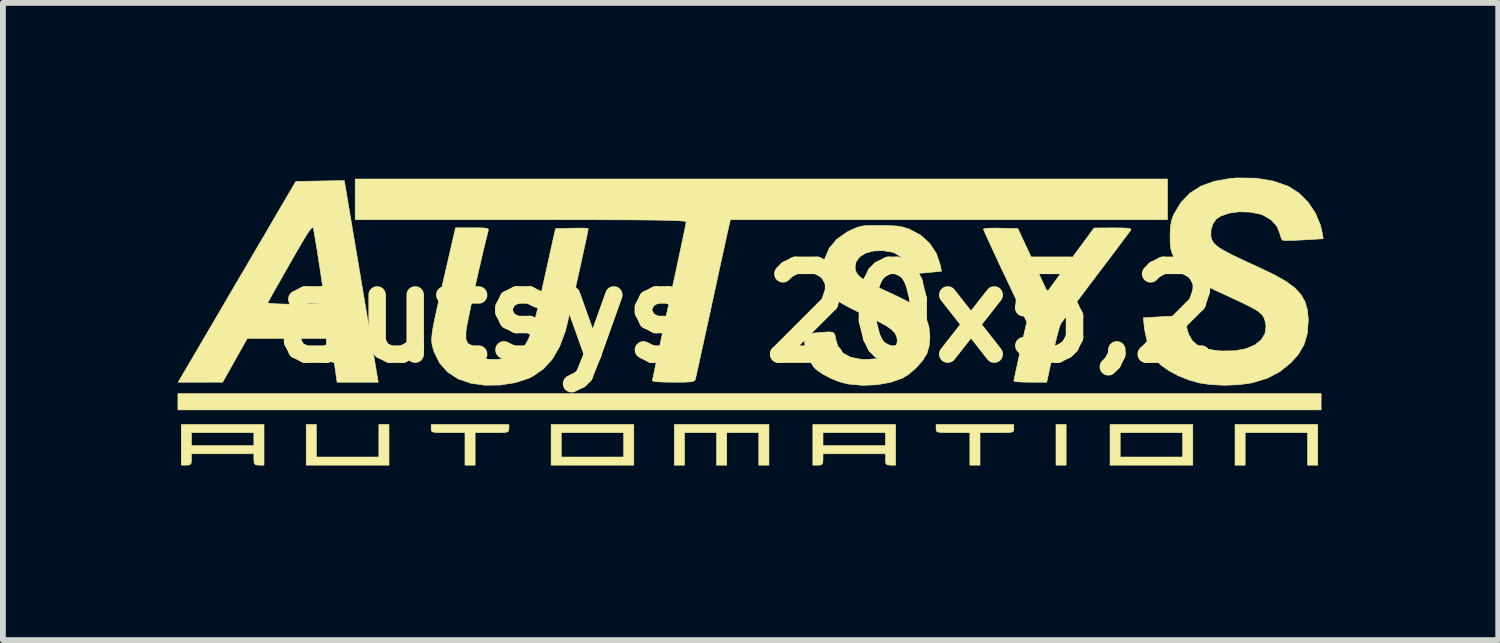
<source format=kicad_pcb>
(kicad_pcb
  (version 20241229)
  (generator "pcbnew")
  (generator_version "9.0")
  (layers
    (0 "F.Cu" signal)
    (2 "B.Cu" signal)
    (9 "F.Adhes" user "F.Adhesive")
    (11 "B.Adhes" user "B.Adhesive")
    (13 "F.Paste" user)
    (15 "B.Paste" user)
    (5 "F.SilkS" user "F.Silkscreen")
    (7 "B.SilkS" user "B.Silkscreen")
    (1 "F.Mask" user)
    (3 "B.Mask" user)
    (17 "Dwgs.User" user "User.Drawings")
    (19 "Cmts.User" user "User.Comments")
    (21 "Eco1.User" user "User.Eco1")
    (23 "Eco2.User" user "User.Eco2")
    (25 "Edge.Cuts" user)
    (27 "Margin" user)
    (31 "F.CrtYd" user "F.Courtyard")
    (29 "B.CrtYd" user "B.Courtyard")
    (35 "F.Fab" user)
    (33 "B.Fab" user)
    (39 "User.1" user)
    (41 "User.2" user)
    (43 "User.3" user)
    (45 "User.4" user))
  (footprint "autsys 20x5,2"
    (layer "F.Cu")
    (at 9.776 2.341)
    (property "Reference" "autsys 20x5,2" (at 0 0 0) (layer "F.SilkS") (effects (font (size 1.524 1.524) (thickness 0.3))))
    (attr through_hole)
    (fp_poly (pts (xy 5.48 2.596) (xy 5.306 2.596) (xy 5.306 1.898) (xy 5.48 1.898) (xy 5.48 2.596)) (stroke (width 0.01) (type solid)) (fill yes) (layer "F.SilkS"))
    (fp_poly (pts (xy 9.858 1.647) (xy -9.771 1.647) (xy -9.771 1.368) (xy 9.858 1.368) (xy 9.858 1.647)) (stroke (width 0.01) (type solid)) (fill yes) (layer "F.SilkS"))
    (fp_poly (pts (xy -7.394 2.456) (xy -6.321 2.456) (xy -6.321 1.898) (xy -6.147 1.898) (xy -6.147 2.596) (xy -7.568 2.596) (xy -7.568 1.898) (xy -7.394 1.898) (xy -7.394 2.456)) (stroke (width 0.01) (type solid)) (fill yes) (layer "F.SilkS"))
    (fp_poly (pts (xy 9.8 2.596) (xy 9.626 2.596) (xy 9.626 2.038) (xy 8.554 2.038) (xy 8.554 2.596) (xy 8.38 2.596) (xy 8.38 1.898) (xy 9.8 1.898) (xy 9.8 2.596)) (stroke (width 0.01) (type solid)) (fill yes) (layer "F.SilkS"))
    (fp_poly (pts (xy -1.943 2.596) (xy -3.363 2.596) (xy -3.363 2.038) (xy -3.189 2.038) (xy -3.189 2.456) (xy -2.117 2.456) (xy -2.117 2.038) (xy -3.189 2.038) (xy -3.363 2.038) (xy -3.363 1.898) (xy -1.943 1.898) (xy -1.943 2.596)) (stroke (width 0.01) (type solid)) (fill yes) (layer "F.SilkS"))
    (fp_poly (pts (xy 7.655 2.596) (xy 6.234 2.596) (xy 6.234 2.038) (xy 6.408 2.038) (xy 6.408 2.456) (xy 7.481 2.456) (xy 7.481 2.038) (xy 6.408 2.038) (xy 6.234 2.038) (xy 6.234 1.898) (xy 7.655 1.898) (xy 7.655 2.596)) (stroke (width 0.01) (type solid)) (fill yes) (layer "F.SilkS"))
    (fp_poly (pts (xy 0.377 2.596) (xy 0.203 2.596) (xy 0.203 2.038) (xy -0.348 2.038) (xy -0.348 2.596) (xy -0.522 2.596) (xy -0.522 2.038) (xy -1.073 2.038) (xy -1.073 2.596) (xy -1.247 2.596) (xy -1.247 1.898) (xy 0.377 1.898) (xy 0.377 2.596)) (stroke (width 0.01) (type solid)) (fill yes) (layer "F.SilkS"))
    (fp_poly (pts (xy -4.088 1.968) (xy -4.09 1.999) (xy -4.102 2.02) (xy -4.136 2.031) (xy -4.201 2.036) (xy -4.309 2.038) (xy -4.378 2.038) (xy -4.668 2.038) (xy -4.668 2.596) (xy -4.842 2.596) (xy -4.842 2.038) (xy -5.132 2.038) (xy -5.264 2.037) (xy -5.348 2.034) (xy -5.395 2.026) (xy -5.416 2.01) (xy -5.422 1.984) (xy -5.422 1.968) (xy -5.422 1.898) (xy -4.088 1.898) (xy -4.088 1.968)) (stroke (width 0.01) (type solid)) (fill yes) (layer "F.SilkS"))
    (fp_poly (pts (xy 4.581 1.968) (xy 4.58 1.999) (xy 4.567 2.02) (xy 4.534 2.031) (xy 4.468 2.036) (xy 4.361 2.038) (xy 4.291 2.038) (xy 4.001 2.038) (xy 4.001 2.596) (xy 3.827 2.596) (xy 3.827 2.038) (xy 3.537 2.038) (xy 3.406 2.037) (xy 3.322 2.034) (xy 3.274 2.026) (xy 3.253 2.01) (xy 3.248 1.984) (xy 3.247 1.968) (xy 3.247 1.898) (xy 4.581 1.898) (xy 4.581 1.968)) (stroke (width 0.01) (type solid)) (fill yes) (layer "F.SilkS"))
    (fp_poly (pts (xy -8.293 2.596) (xy -8.38 2.596) (xy -8.438 2.59) (xy -8.462 2.563) (xy -8.467 2.498) (xy -8.467 2.4) (xy -9.539 2.4) (xy -9.539 2.498) (xy -9.544 2.564) (xy -9.569 2.591) (xy -9.626 2.596) (xy -9.713 2.596) (xy -9.713 2.038) (xy -9.539 2.038) (xy -9.539 2.261) (xy -8.467 2.261) (xy -8.467 2.038) (xy -9.539 2.038) (xy -9.713 2.038) (xy -9.713 1.898) (xy -8.293 1.898) (xy -8.293 2.596)) (stroke (width 0.01) (type solid)) (fill yes) (layer "F.SilkS"))
    (fp_poly (pts (xy 2.552 2.596) (xy 2.465 2.596) (xy 2.406 2.59) (xy 2.382 2.563) (xy 2.378 2.498) (xy 2.378 2.4) (xy 1.305 2.4) (xy 1.305 2.498) (xy 1.3 2.564) (xy 1.275 2.591) (xy 1.218 2.596) (xy 1.131 2.596) (xy 1.131 2.038) (xy 1.305 2.038) (xy 1.305 2.261) (xy 2.378 2.261) (xy 2.378 2.038) (xy 1.305 2.038) (xy 1.131 2.038) (xy 1.131 1.898) (xy 2.552 1.898) (xy 2.552 2.596)) (stroke (width 0.01) (type solid)) (fill yes) (layer "F.SilkS"))
    (fp_poly (pts (xy -6.623 -0.559) (xy -6.332 1.172) (xy -7.038 1.172) (xy -7.144 0.419) (xy -8.58 0.419) (xy -8.791 0.795) (xy -9.003 1.171) (xy -9.385 1.172) (xy -9.767 1.172) (xy -9.084 0.007) (xy -8.968 -0.191) (xy -8.23 -0.191) (xy -8.206 -0.183) (xy -8.133 -0.177) (xy -8.02 -0.172) (xy -7.877 -0.168) (xy -7.744 -0.167) (xy -7.582 -0.169) (xy -7.442 -0.173) (xy -7.334 -0.178) (xy -7.267 -0.185) (xy -7.249 -0.192) (xy -7.253 -0.235) (xy -7.265 -0.322) (xy -7.282 -0.445) (xy -7.304 -0.592) (xy -7.328 -0.755) (xy -7.354 -0.922) (xy -7.379 -1.083) (xy -7.403 -1.229) (xy -7.423 -1.35) (xy -7.438 -1.434) (xy -7.446 -1.473) (xy -7.456 -1.486) (xy -7.475 -1.477) (xy -7.505 -1.442) (xy -7.549 -1.377) (xy -7.611 -1.277) (xy -7.692 -1.139) (xy -7.797 -0.957) (xy -7.844 -0.876) (xy -7.943 -0.7) (xy -8.034 -0.54) (xy -8.112 -0.403) (xy -8.173 -0.294) (xy -8.213 -0.222) (xy -8.23 -0.191) (xy -8.23 -0.191) (xy -8.968 -0.191) (xy -8.933 -0.252) (xy -8.778 -0.516) (xy -8.624 -0.777) (xy -8.477 -1.028) (xy -8.341 -1.261) (xy -8.221 -1.465) (xy -8.122 -1.635) (xy -8.074 -1.717) (xy -7.747 -2.275) (xy -7.33 -2.283) (xy -6.914 -2.29) (xy -6.623 -0.559)) (stroke (width 0.01) (type solid)) (fill yes) (layer "F.SilkS"))
    (fp_poly (pts (xy 7.22 -1.619) (xy -0.284 -1.619) (xy -0.3 -1.556) (xy -0.309 -1.516) (xy -0.329 -1.428) (xy -0.358 -1.296) (xy -0.395 -1.126) (xy -0.439 -0.925) (xy -0.489 -0.698) (xy -0.542 -0.45) (xy -0.595 -0.209) (xy -0.651 0.052) (xy -0.705 0.297) (xy -0.754 0.521) (xy -0.797 0.718) (xy -0.833 0.883) (xy -0.861 1.009) (xy -0.88 1.091) (xy -0.888 1.123) (xy -0.9 1.144) (xy -0.929 1.158) (xy -0.983 1.166) (xy -1.073 1.171) (xy -1.208 1.172) (xy -1.263 1.172) (xy -1.411 1.17) (xy -1.526 1.165) (xy -1.6 1.156) (xy -1.624 1.146) (xy -1.618 1.114) (xy -1.601 1.033) (xy -1.575 0.908) (xy -1.54 0.744) (xy -1.498 0.547) (xy -1.45 0.323) (xy -1.397 0.077) (xy -1.339 -0.187) (xy -1.334 -0.212) (xy -1.276 -0.477) (xy -1.222 -0.727) (xy -1.173 -0.955) (xy -1.131 -1.155) (xy -1.095 -1.324) (xy -1.068 -1.454) (xy -1.051 -1.542) (xy -1.044 -1.58) (xy -1.044 -1.581) (xy -1.051 -1.587) (xy -1.076 -1.593) (xy -1.121 -1.598) (xy -1.19 -1.602) (xy -1.285 -1.606) (xy -1.41 -1.609) (xy -1.568 -1.612) (xy -1.762 -1.614) (xy -1.994 -1.616) (xy -2.269 -1.617) (xy -2.59 -1.618) (xy -2.958 -1.618) (xy -3.379 -1.619) (xy -3.853 -1.619) (xy -6.727 -1.619) (xy -6.727 -2.317) (xy 7.22 -2.317) (xy 7.22 -1.619)) (stroke (width 0.01) (type solid)) (fill yes) (layer "F.SilkS"))
    (fp_poly (pts (xy 6.433 -1.477) (xy 6.528 -1.473) (xy 6.58 -1.465) (xy 6.595 -1.451) (xy 6.593 -1.444) (xy 6.571 -1.414) (xy 6.519 -1.345) (xy 6.441 -1.241) (xy 6.342 -1.108) (xy 6.225 -0.953) (xy 6.094 -0.781) (xy 5.996 -0.651) (xy 5.857 -0.467) (xy 5.728 -0.295) (xy 5.613 -0.141) (xy 5.517 -0.01) (xy 5.443 0.091) (xy 5.396 0.158) (xy 5.382 0.179) (xy 5.364 0.23) (xy 5.337 0.325) (xy 5.305 0.452) (xy 5.27 0.602) (xy 5.246 0.711) (xy 5.147 1.172) (xy 4.864 1.172) (xy 4.744 1.17) (xy 4.65 1.165) (xy 4.593 1.157) (xy 4.582 1.151) (xy 4.588 1.119) (xy 4.605 1.04) (xy 4.629 0.926) (xy 4.66 0.783) (xy 4.693 0.634) (xy 4.804 0.137) (xy 4.432 -0.649) (xy 4.339 -0.844) (xy 4.256 -1.023) (xy 4.183 -1.18) (xy 4.125 -1.307) (xy 4.083 -1.4) (xy 4.062 -1.451) (xy 4.059 -1.458) (xy 4.086 -1.467) (xy 4.159 -1.473) (xy 4.265 -1.475) (xy 4.356 -1.473) (xy 4.652 -1.465) (xy 4.892 -0.949) (xy 4.966 -0.791) (xy 5.031 -0.649) (xy 5.085 -0.533) (xy 5.124 -0.45) (xy 5.143 -0.407) (xy 5.144 -0.405) (xy 5.167 -0.4) (xy 5.185 -0.419) (xy 5.209 -0.453) (xy 5.262 -0.526) (xy 5.337 -0.629) (xy 5.431 -0.757) (xy 5.537 -0.902) (xy 5.586 -0.969) (xy 5.959 -1.476) (xy 6.286 -1.478) (xy 6.433 -1.477)) (stroke (width 0.01) (type solid)) (fill yes) (layer "F.SilkS"))
    (fp_poly (pts (xy -4.586 -1.479) (xy -4.504 -1.476) (xy -4.459 -1.468) (xy -4.442 -1.453) (xy -4.443 -1.429) (xy -4.446 -1.417) (xy -4.492 -1.233) (xy -4.541 -1.03) (xy -4.591 -0.814) (xy -4.641 -0.593) (xy -4.689 -0.374) (xy -4.735 -0.164) (xy -4.775 0.029) (xy -4.809 0.199) (xy -4.835 0.338) (xy -4.852 0.439) (xy -4.858 0.495) (xy -4.857 0.501) (xy -4.805 0.608) (xy -4.712 0.69) (xy -4.587 0.747) (xy -4.441 0.778) (xy -4.287 0.781) (xy -4.133 0.755) (xy -3.992 0.698) (xy -3.883 0.618) (xy -3.833 0.563) (xy -3.788 0.499) (xy -3.747 0.419) (xy -3.707 0.316) (xy -3.666 0.185) (xy -3.621 0.018) (xy -3.571 -0.19) (xy -3.513 -0.447) (xy -3.509 -0.466) (xy -3.466 -0.662) (xy -3.424 -0.85) (xy -3.387 -1.019) (xy -3.356 -1.159) (xy -3.333 -1.261) (xy -3.325 -1.298) (xy -3.287 -1.465) (xy -3.006 -1.473) (xy -2.887 -1.475) (xy -2.793 -1.474) (xy -2.736 -1.47) (xy -2.726 -1.466) (xy -2.732 -1.429) (xy -2.748 -1.346) (xy -2.774 -1.225) (xy -2.807 -1.074) (xy -2.844 -0.9) (xy -2.886 -0.713) (xy -2.929 -0.52) (xy -2.972 -0.33) (xy -3.013 -0.151) (xy -3.05 0.01) (xy -3.081 0.144) (xy -3.105 0.243) (xy -3.12 0.299) (xy -3.12 0.299) (xy -3.217 0.559) (xy -3.34 0.772) (xy -3.491 0.939) (xy -3.673 1.066) (xy -3.752 1.105) (xy -3.982 1.18) (xy -4.238 1.22) (xy -4.5 1.223) (xy -4.744 1.189) (xy -4.962 1.113) (xy -5.141 0.996) (xy -5.278 0.842) (xy -5.372 0.651) (xy -5.383 0.619) (xy -5.397 0.567) (xy -5.408 0.519) (xy -5.414 0.468) (xy -5.413 0.408) (xy -5.406 0.333) (xy -5.391 0.237) (xy -5.367 0.114) (xy -5.334 -0.042) (xy -5.29 -0.237) (xy -5.235 -0.477) (xy -5.199 -0.635) (xy -5.004 -1.479) (xy -4.717 -1.479) (xy -4.586 -1.479)) (stroke (width 0.01) (type solid)) (fill yes) (layer "F.SilkS"))
    (fp_poly (pts (xy 2.288 -1.52) (xy 2.449 -1.517) (xy 2.568 -1.51) (xy 2.662 -1.495) (xy 2.747 -1.471) (xy 2.789 -1.456) (xy 2.981 -1.354) (xy 3.138 -1.211) (xy 3.254 -1.035) (xy 3.32 -0.835) (xy 3.339 -0.734) (xy 3.159 -0.716) (xy 3.007 -0.702) (xy 2.904 -0.697) (xy 2.838 -0.703) (xy 2.8 -0.721) (xy 2.781 -0.752) (xy 2.774 -0.778) (xy 2.726 -0.885) (xy 2.64 -0.982) (xy 2.533 -1.048) (xy 2.499 -1.06) (xy 2.329 -1.088) (xy 2.173 -1.082) (xy 2.039 -1.046) (xy 1.936 -0.982) (xy 1.873 -0.895) (xy 1.856 -0.81) (xy 1.863 -0.746) (xy 1.891 -0.689) (xy 1.945 -0.632) (xy 2.031 -0.572) (xy 2.155 -0.503) (xy 2.325 -0.421) (xy 2.413 -0.381) (xy 2.609 -0.289) (xy 2.759 -0.214) (xy 2.871 -0.148) (xy 2.953 -0.087) (xy 3.013 -0.024) (xy 3.06 0.045) (xy 3.078 0.079) (xy 3.124 0.22) (xy 3.141 0.386) (xy 3.128 0.551) (xy 3.09 0.679) (xy 3.014 0.802) (xy 2.903 0.927) (xy 2.775 1.037) (xy 2.669 1.102) (xy 2.468 1.173) (xy 2.235 1.215) (xy 1.987 1.226) (xy 1.74 1.203) (xy 1.711 1.197) (xy 1.577 1.161) (xy 1.434 1.102) (xy 1.301 1.032) (xy 1.194 0.958) (xy 1.146 0.911) (xy 1.057 0.763) (xy 1.001 0.593) (xy 0.986 0.461) (xy 0.986 0.343) (xy 1.182 0.325) (xy 1.321 0.313) (xy 1.414 0.308) (xy 1.469 0.315) (xy 1.499 0.336) (xy 1.514 0.375) (xy 1.524 0.435) (xy 1.569 0.574) (xy 1.655 0.677) (xy 1.785 0.745) (xy 1.959 0.778) (xy 2.059 0.782) (xy 2.243 0.765) (xy 2.392 0.719) (xy 2.502 0.645) (xy 2.566 0.548) (xy 2.581 0.462) (xy 2.572 0.392) (xy 2.542 0.33) (xy 2.485 0.269) (xy 2.394 0.205) (xy 2.262 0.133) (xy 2.083 0.046) (xy 2.047 0.03) (xy 1.897 -0.041) (xy 1.759 -0.111) (xy 1.644 -0.173) (xy 1.564 -0.221) (xy 1.543 -0.236) (xy 1.429 -0.364) (xy 1.35 -0.523) (xy 1.311 -0.7) (xy 1.317 -0.878) (xy 1.331 -0.939) (xy 1.411 -1.126) (xy 1.539 -1.281) (xy 1.714 -1.404) (xy 1.751 -1.423) (xy 1.84 -1.465) (xy 1.911 -1.493) (xy 1.98 -1.51) (xy 2.064 -1.518) (xy 2.178 -1.52) (xy 2.288 -1.52)) (stroke (width 0.01) (type solid)) (fill yes) (layer "F.SilkS"))
    (fp_poly (pts (xy 8.742 -2.331) (xy 9.032 -2.283) (xy 9.288 -2.195) (xy 9.298 -2.19) (xy 9.477 -2.076) (xy 9.634 -1.92) (xy 9.76 -1.732) (xy 9.847 -1.524) (xy 9.876 -1.399) (xy 9.894 -1.292) (xy 9.558 -1.272) (xy 9.423 -1.265) (xy 9.309 -1.262) (xy 9.229 -1.263) (xy 9.195 -1.268) (xy 9.173 -1.303) (xy 9.152 -1.37) (xy 9.15 -1.382) (xy 9.098 -1.507) (xy 9 -1.615) (xy 8.868 -1.695) (xy 8.807 -1.716) (xy 8.628 -1.75) (xy 8.447 -1.754) (xy 8.278 -1.731) (xy 8.135 -1.681) (xy 8.059 -1.631) (xy 8.001 -1.55) (xy 7.967 -1.442) (xy 7.965 -1.334) (xy 7.966 -1.328) (xy 7.98 -1.278) (xy 8.004 -1.232) (xy 8.043 -1.188) (xy 8.104 -1.14) (xy 8.191 -1.087) (xy 8.311 -1.023) (xy 8.47 -0.947) (xy 8.672 -0.853) (xy 8.818 -0.786) (xy 9.063 -0.668) (xy 9.257 -0.558) (xy 9.404 -0.449) (xy 9.51 -0.336) (xy 9.581 -0.213) (xy 9.622 -0.075) (xy 9.637 0.085) (xy 9.637 0.126) (xy 9.619 0.343) (xy 9.564 0.528) (xy 9.466 0.695) (xy 9.341 0.835) (xy 9.148 0.991) (xy 8.931 1.105) (xy 8.678 1.181) (xy 8.655 1.186) (xy 8.438 1.215) (xy 8.196 1.224) (xy 7.956 1.212) (xy 7.771 1.185) (xy 7.587 1.133) (xy 7.404 1.06) (xy 7.239 0.971) (xy 7.108 0.877) (xy 7.062 0.832) (xy 6.953 0.672) (xy 6.872 0.476) (xy 6.826 0.262) (xy 6.823 0.237) (xy 6.806 0.065) (xy 7.148 0.046) (xy 7.282 0.039) (xy 7.393 0.035) (xy 7.47 0.034) (xy 7.5 0.037) (xy 7.51 0.067) (xy 7.526 0.135) (xy 7.538 0.191) (xy 7.582 0.346) (xy 7.649 0.462) (xy 7.747 0.545) (xy 7.883 0.599) (xy 8.063 0.629) (xy 8.165 0.636) (xy 8.382 0.632) (xy 8.568 0.596) (xy 8.719 0.533) (xy 8.829 0.445) (xy 8.895 0.336) (xy 8.912 0.208) (xy 8.898 0.129) (xy 8.883 0.081) (xy 8.863 0.039) (xy 8.832 0.000248) (xy 8.785 -0.04) (xy 8.716 -0.084) (xy 8.618 -0.136) (xy 8.487 -0.201) (xy 8.315 -0.281) (xy 8.098 -0.381) (xy 8.059 -0.398) (xy 7.848 -0.499) (xy 7.684 -0.59) (xy 7.559 -0.677) (xy 7.463 -0.767) (xy 7.387 -0.868) (xy 7.344 -0.945) (xy 7.302 -1.035) (xy 7.278 -1.116) (xy 7.267 -1.21) (xy 7.265 -1.337) (xy 7.265 -1.34) (xy 7.27 -1.486) (xy 7.288 -1.597) (xy 7.32 -1.692) (xy 7.328 -1.709) (xy 7.449 -1.911) (xy 7.602 -2.072) (xy 7.792 -2.194) (xy 8.021 -2.278) (xy 8.292 -2.326) (xy 8.423 -2.336) (xy 8.742 -2.331)) (stroke (width 0.01) (type solid)) (fill yes) (layer "F.SilkS")))
  (gr_rect
    (start -3 -3)
    (end 22.675 7.941)
    (stroke (width 0.1) (type default))
    (fill no)
    (layer "Edge.Cuts")))
</source>
